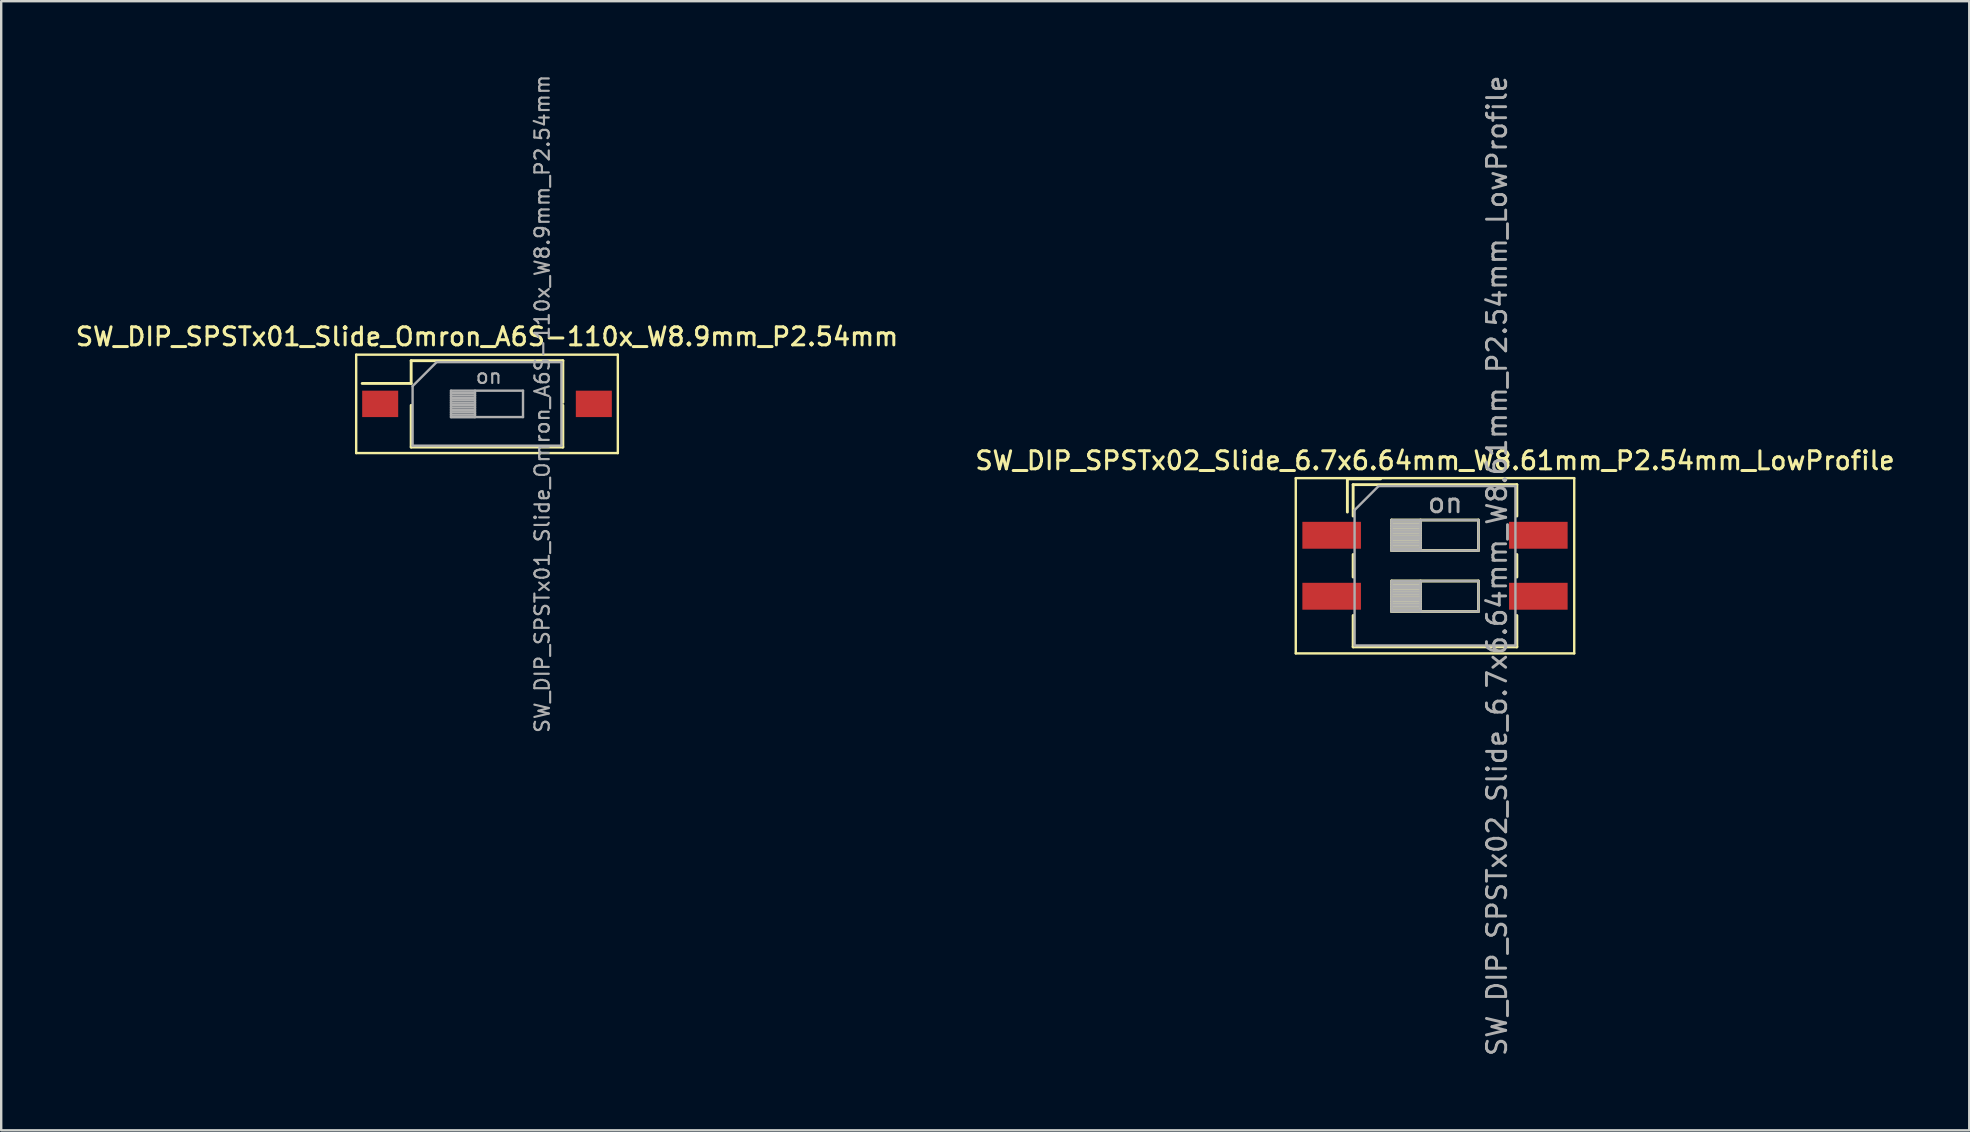
<source format=kicad_pcb>
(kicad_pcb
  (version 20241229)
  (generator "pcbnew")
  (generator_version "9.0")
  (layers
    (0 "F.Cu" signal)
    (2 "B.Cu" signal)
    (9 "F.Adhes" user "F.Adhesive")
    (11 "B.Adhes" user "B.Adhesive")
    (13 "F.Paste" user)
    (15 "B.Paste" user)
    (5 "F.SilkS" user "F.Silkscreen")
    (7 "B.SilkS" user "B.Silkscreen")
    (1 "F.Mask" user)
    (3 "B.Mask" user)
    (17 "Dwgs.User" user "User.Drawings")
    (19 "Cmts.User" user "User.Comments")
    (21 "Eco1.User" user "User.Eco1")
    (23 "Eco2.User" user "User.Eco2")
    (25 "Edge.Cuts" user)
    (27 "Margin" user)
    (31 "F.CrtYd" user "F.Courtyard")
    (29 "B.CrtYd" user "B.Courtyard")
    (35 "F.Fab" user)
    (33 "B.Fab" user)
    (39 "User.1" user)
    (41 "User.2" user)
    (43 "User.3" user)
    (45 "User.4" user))
  (footprint "SW_DIP_SPSTx01_Slide_Omron_A6S-110x_W8.9mm_P2.54mm"
    (layer "F.Cu")
    (at 17.238 13.775)
    (property "Reference" "SW_DIP_SPSTx01_Slide_Omron_A6S-110x_W8.9mm_P2.54mm" (at 0 -2.8 0) (layer "F.SilkS") (effects (font (size 0.75 0.75) (thickness 0.125))))
    (attr smd)
    (fp_line (start -5.45 -2.05) (end -5.45 2.05) (stroke (width 0.1) (type solid)) (layer "F.SilkS"))
    (fp_line (start -5.45 2.05) (end 5.45 2.05) (stroke (width 0.1) (type solid)) (layer "F.SilkS"))
    (fp_line (start -5.2 -0.851) (end -3.16 -0.851) (stroke (width 0.12) (type solid)) (layer "F.SilkS"))
    (fp_line (start -3.16 -1.8) (end -3.16 -0.851) (stroke (width 0.12) (type solid)) (layer "F.SilkS"))
    (fp_line (start -3.16 -1.8) (end 3.16 -1.8) (stroke (width 0.12) (type solid)) (layer "F.SilkS"))
    (fp_line (start -3.16 0.061) (end -3.16 1.8) (stroke (width 0.12) (type solid)) (layer "F.SilkS"))
    (fp_line (start -3.16 1.8) (end 3.16 1.8) (stroke (width 0.12) (type solid)) (layer "F.SilkS"))
    (fp_line (start 3.16 -1.8) (end 3.16 -0.061) (stroke (width 0.12) (type solid)) (layer "F.SilkS"))
    (fp_line (start 3.16 0.061) (end 3.16 1.8) (stroke (width 0.12) (type solid)) (layer "F.SilkS"))
    (fp_line (start 5.45 -2.05) (end -5.45 -2.05) (stroke (width 0.1) (type solid)) (layer "F.SilkS"))
    (fp_line (start 5.45 2.05) (end 5.45 -2.05) (stroke (width 0.1) (type solid)) (layer "F.SilkS"))
    (fp_line (start -3.1 -0.74) (end -2.1 -1.74) (stroke (width 0.1) (type solid)) (layer "F.Fab"))
    (fp_line (start -3.1 1.74) (end -3.1 -0.74) (stroke (width 0.1) (type solid)) (layer "F.Fab"))
    (fp_line (start -2.1 -1.74) (end 3.1 -1.74) (stroke (width 0.1) (type solid)) (layer "F.Fab"))
    (fp_line (start -1.5 -0.55) (end -1.5 0.55) (stroke (width 0.1) (type solid)) (layer "F.Fab"))
    (fp_line (start -1.5 -0.45) (end -0.5 -0.45) (stroke (width 0.1) (type solid)) (layer "F.Fab"))
    (fp_line (start -1.5 -0.35) (end -0.5 -0.35) (stroke (width 0.1) (type solid)) (layer "F.Fab"))
    (fp_line (start -1.5 -0.25) (end -0.5 -0.25) (stroke (width 0.1) (type solid)) (layer "F.Fab"))
    (fp_line (start -1.5 -0.15) (end -0.5 -0.15) (stroke (width 0.1) (type solid)) (layer "F.Fab"))
    (fp_line (start -1.5 -0.05) (end -0.5 -0.05) (stroke (width 0.1) (type solid)) (layer "F.Fab"))
    (fp_line (start -1.5 0.05) (end -0.5 0.05) (stroke (width 0.1) (type solid)) (layer "F.Fab"))
    (fp_line (start -1.5 0.15) (end -0.5 0.15) (stroke (width 0.1) (type solid)) (layer "F.Fab"))
    (fp_line (start -1.5 0.25) (end -0.5 0.25) (stroke (width 0.1) (type solid)) (layer "F.Fab"))
    (fp_line (start -1.5 0.35) (end -0.5 0.35) (stroke (width 0.1) (type solid)) (layer "F.Fab"))
    (fp_line (start -1.5 0.45) (end -0.5 0.45) (stroke (width 0.1) (type solid)) (layer "F.Fab"))
    (fp_line (start -1.5 0.55) (end -0.5 0.55) (stroke (width 0.1) (type solid)) (layer "F.Fab"))
    (fp_line (start -1.5 0.55) (end 1.5 0.55) (stroke (width 0.1) (type solid)) (layer "F.Fab"))
    (fp_line (start -0.5 -0.55) (end -0.5 0.55) (stroke (width 0.1) (type solid)) (layer "F.Fab"))
    (fp_line (start 1.5 -0.55) (end -1.5 -0.55) (stroke (width 0.1) (type solid)) (layer "F.Fab"))
    (fp_line (start 1.5 0.55) (end 1.5 -0.55) (stroke (width 0.1) (type solid)) (layer "F.Fab"))
    (fp_line (start 3.1 -1.74) (end 3.1 1.74) (stroke (width 0.1) (type solid)) (layer "F.Fab"))
    (fp_line (start 3.1 1.74) (end -3.1 1.74) (stroke (width 0.1) (type solid)) (layer "F.Fab"))
    (fp_text user "${REFERENCE}" (at 2.3 0 90) (layer "F.Fab") (effects (font (size 0.6 0.6) (thickness 0.09))))
    (fp_text user "on" (at 0.075 -1.145 0) (layer "F.Fab") (effects (font (size 0.6 0.6) (thickness 0.09))))
    (pad "1" smd rect (at -4.45 0) (size 1.5 1.1) (layers "F.Cu" "F.Mask" "F.Paste"))
    (pad "2" smd rect (at 4.45 0) (size 1.5 1.1) (layers "F.Cu" "F.Mask" "F.Paste")))
  (footprint "SW_DIP_SPSTx02_Slide_6.7x6.64mm_W8.61mm_P2.54mm_LowProfile"
    (layer "F.Cu")
    (at 56.73 20.519)
    (property "Reference" "SW_DIP_SPSTx02_Slide_6.7x6.64mm_W8.61mm_P2.54mm_LowProfile" (at 0 -4.38 0) (layer "F.SilkS") (effects (font (size 0.75 0.75) (thickness 0.125))))
    (attr smd)
    (fp_line (start -5.8 -3.65) (end -5.8 3.65) (stroke (width 0.1) (type solid)) (layer "F.SilkS"))
    (fp_line (start -5.8 3.65) (end 5.8 3.65) (stroke (width 0.1) (type solid)) (layer "F.SilkS"))
    (fp_line (start -3.65 -3.62) (end -3.65 -2.237) (stroke (width 0.12) (type solid)) (layer "F.SilkS"))
    (fp_line (start -3.65 -3.62) (end -2.267 -3.62) (stroke (width 0.12) (type solid)) (layer "F.SilkS"))
    (fp_line (start -3.41 -3.38) (end -3.41 -2.07) (stroke (width 0.12) (type solid)) (layer "F.SilkS"))
    (fp_line (start -3.41 -3.38) (end 3.41 -3.38) (stroke (width 0.12) (type solid)) (layer "F.SilkS"))
    (fp_line (start -3.41 -0.47) (end -3.41 0.47) (stroke (width 0.12) (type solid)) (layer "F.SilkS"))
    (fp_line (start -3.41 2.07) (end -3.41 3.38) (stroke (width 0.12) (type solid)) (layer "F.SilkS"))
    (fp_line (start -3.41 3.38) (end 3.41 3.38) (stroke (width 0.12) (type solid)) (layer "F.SilkS"))
    (fp_line (start -1.81 -1.905) (end -1.81 -0.635) (stroke (width 0.12) (type solid)) (layer "F.SilkS"))
    (fp_line (start -1.81 -1.785) (end -0.603 -1.785) (stroke (width 0.12) (type solid)) (layer "F.SilkS"))
    (fp_line (start -1.81 -1.665) (end -0.603 -1.665) (stroke (width 0.12) (type solid)) (layer "F.SilkS"))
    (fp_line (start -1.81 -1.545) (end -0.603 -1.545) (stroke (width 0.12) (type solid)) (layer "F.SilkS"))
    (fp_line (start -1.81 -1.425) (end -0.603 -1.425) (stroke (width 0.12) (type solid)) (layer "F.SilkS"))
    (fp_line (start -1.81 -1.305) (end -0.603 -1.305) (stroke (width 0.12) (type solid)) (layer "F.SilkS"))
    (fp_line (start -1.81 -1.185) (end -0.603 -1.185) (stroke (width 0.12) (type solid)) (layer "F.SilkS"))
    (fp_line (start -1.81 -1.065) (end -0.603 -1.065) (stroke (width 0.12) (type solid)) (layer "F.SilkS"))
    (fp_line (start -1.81 -0.945) (end -0.603 -0.945) (stroke (width 0.12) (type solid)) (layer "F.SilkS"))
    (fp_line (start -1.81 -0.825) (end -0.603 -0.825) (stroke (width 0.12) (type solid)) (layer "F.SilkS"))
    (fp_line (start -1.81 -0.705) (end -0.603 -0.705) (stroke (width 0.12) (type solid)) (layer "F.SilkS"))
    (fp_line (start -1.81 -0.635) (end 1.81 -0.635) (stroke (width 0.12) (type solid)) (layer "F.SilkS"))
    (fp_line (start -1.81 0.635) (end -1.81 1.905) (stroke (width 0.12) (type solid)) (layer "F.SilkS"))
    (fp_line (start -1.81 0.755) (end -0.603 0.755) (stroke (width 0.12) (type solid)) (layer "F.SilkS"))
    (fp_line (start -1.81 0.875) (end -0.603 0.875) (stroke (width 0.12) (type solid)) (layer "F.SilkS"))
    (fp_line (start -1.81 0.995) (end -0.603 0.995) (stroke (width 0.12) (type solid)) (layer "F.SilkS"))
    (fp_line (start -1.81 1.115) (end -0.603 1.115) (stroke (width 0.12) (type solid)) (layer "F.SilkS"))
    (fp_line (start -1.81 1.235) (end -0.603 1.235) (stroke (width 0.12) (type solid)) (layer "F.SilkS"))
    (fp_line (start -1.81 1.355) (end -0.603 1.355) (stroke (width 0.12) (type solid)) (layer "F.SilkS"))
    (fp_line (start -1.81 1.475) (end -0.603 1.475) (stroke (width 0.12) (type solid)) (layer "F.SilkS"))
    (fp_line (start -1.81 1.595) (end -0.603 1.595) (stroke (width 0.12) (type solid)) (layer "F.SilkS"))
    (fp_line (start -1.81 1.715) (end -0.603 1.715) (stroke (width 0.12) (type solid)) (layer "F.SilkS"))
    (fp_line (start -1.81 1.835) (end -0.603 1.835) (stroke (width 0.12) (type solid)) (layer "F.SilkS"))
    (fp_line (start -1.81 1.905) (end 1.81 1.905) (stroke (width 0.12) (type solid)) (layer "F.SilkS"))
    (fp_line (start -0.603 -1.905) (end -0.603 -0.635) (stroke (width 0.12) (type solid)) (layer "F.SilkS"))
    (fp_line (start -0.603 0.635) (end -0.603 1.905) (stroke (width 0.12) (type solid)) (layer "F.SilkS"))
    (fp_line (start 1.81 -1.905) (end -1.81 -1.905) (stroke (width 0.12) (type solid)) (layer "F.SilkS"))
    (fp_line (start 1.81 -0.635) (end 1.81 -1.905) (stroke (width 0.12) (type solid)) (layer "F.SilkS"))
    (fp_line (start 1.81 0.635) (end -1.81 0.635) (stroke (width 0.12) (type solid)) (layer "F.SilkS"))
    (fp_line (start 1.81 1.905) (end 1.81 0.635) (stroke (width 0.12) (type solid)) (layer "F.SilkS"))
    (fp_line (start 3.41 -3.38) (end 3.41 -2.07) (stroke (width 0.12) (type solid)) (layer "F.SilkS"))
    (fp_line (start 3.41 -0.47) (end 3.41 0.47) (stroke (width 0.12) (type solid)) (layer "F.SilkS"))
    (fp_line (start 3.41 2.07) (end 3.41 3.38) (stroke (width 0.12) (type solid)) (layer "F.SilkS"))
    (fp_line (start 5.8 -3.65) (end -5.8 -3.65) (stroke (width 0.1) (type solid)) (layer "F.SilkS"))
    (fp_line (start 5.8 3.65) (end 5.8 -3.65) (stroke (width 0.1) (type solid)) (layer "F.SilkS"))
    (fp_line (start -3.35 -2.32) (end -2.35 -3.32) (stroke (width 0.1) (type solid)) (layer "F.Fab"))
    (fp_line (start -3.35 3.32) (end -3.35 -2.32) (stroke (width 0.1) (type solid)) (layer "F.Fab"))
    (fp_line (start -2.35 -3.32) (end 3.35 -3.32) (stroke (width 0.1) (type solid)) (layer "F.Fab"))
    (fp_line (start -1.81 -1.905) (end -1.81 -0.635) (stroke (width 0.1) (type solid)) (layer "F.Fab"))
    (fp_line (start -1.81 -1.805) (end -0.603 -1.805) (stroke (width 0.1) (type solid)) (layer "F.Fab"))
    (fp_line (start -1.81 -1.705) (end -0.603 -1.705) (stroke (width 0.1) (type solid)) (layer "F.Fab"))
    (fp_line (start -1.81 -1.605) (end -0.603 -1.605) (stroke (width 0.1) (type solid)) (layer "F.Fab"))
    (fp_line (start -1.81 -1.505) (end -0.603 -1.505) (stroke (width 0.1) (type solid)) (layer "F.Fab"))
    (fp_line (start -1.81 -1.405) (end -0.603 -1.405) (stroke (width 0.1) (type solid)) (layer "F.Fab"))
    (fp_line (start -1.81 -1.305) (end -0.603 -1.305) (stroke (width 0.1) (type solid)) (layer "F.Fab"))
    (fp_line (start -1.81 -1.205) (end -0.603 -1.205) (stroke (width 0.1) (type solid)) (layer "F.Fab"))
    (fp_line (start -1.81 -1.105) (end -0.603 -1.105) (stroke (width 0.1) (type solid)) (layer "F.Fab"))
    (fp_line (start -1.81 -1.005) (end -0.603 -1.005) (stroke (width 0.1) (type solid)) (layer "F.Fab"))
    (fp_line (start -1.81 -0.905) (end -0.603 -0.905) (stroke (width 0.1) (type solid)) (layer "F.Fab"))
    (fp_line (start -1.81 -0.805) (end -0.603 -0.805) (stroke (width 0.1) (type solid)) (layer "F.Fab"))
    (fp_line (start -1.81 -0.705) (end -0.603 -0.705) (stroke (width 0.1) (type solid)) (layer "F.Fab"))
    (fp_line (start -1.81 -0.635) (end 1.81 -0.635) (stroke (width 0.1) (type solid)) (layer "F.Fab"))
    (fp_line (start -1.81 0.635) (end -1.81 1.905) (stroke (width 0.1) (type solid)) (layer "F.Fab"))
    (fp_line (start -1.81 0.735) (end -0.603 0.735) (stroke (width 0.1) (type solid)) (layer "F.Fab"))
    (fp_line (start -1.81 0.835) (end -0.603 0.835) (stroke (width 0.1) (type solid)) (layer "F.Fab"))
    (fp_line (start -1.81 0.935) (end -0.603 0.935) (stroke (width 0.1) (type solid)) (layer "F.Fab"))
    (fp_line (start -1.81 1.035) (end -0.603 1.035) (stroke (width 0.1) (type solid)) (layer "F.Fab"))
    (fp_line (start -1.81 1.135) (end -0.603 1.135) (stroke (width 0.1) (type solid)) (layer "F.Fab"))
    (fp_line (start -1.81 1.235) (end -0.603 1.235) (stroke (width 0.1) (type solid)) (layer "F.Fab"))
    (fp_line (start -1.81 1.335) (end -0.603 1.335) (stroke (width 0.1) (type solid)) (layer "F.Fab"))
    (fp_line (start -1.81 1.435) (end -0.603 1.435) (stroke (width 0.1) (type solid)) (layer "F.Fab"))
    (fp_line (start -1.81 1.535) (end -0.603 1.535) (stroke (width 0.1) (type solid)) (layer "F.Fab"))
    (fp_line (start -1.81 1.635) (end -0.603 1.635) (stroke (width 0.1) (type solid)) (layer "F.Fab"))
    (fp_line (start -1.81 1.735) (end -0.603 1.735) (stroke (width 0.1) (type solid)) (layer "F.Fab"))
    (fp_line (start -1.81 1.835) (end -0.603 1.835) (stroke (width 0.1) (type solid)) (layer "F.Fab"))
    (fp_line (start -1.81 1.905) (end 1.81 1.905) (stroke (width 0.1) (type solid)) (layer "F.Fab"))
    (fp_line (start -0.603 -1.905) (end -0.603 -0.635) (stroke (width 0.1) (type solid)) (layer "F.Fab"))
    (fp_line (start -0.603 0.635) (end -0.603 1.905) (stroke (width 0.1) (type solid)) (layer "F.Fab"))
    (fp_line (start 1.81 -1.905) (end -1.81 -1.905) (stroke (width 0.1) (type solid)) (layer "F.Fab"))
    (fp_line (start 1.81 -0.635) (end 1.81 -1.905) (stroke (width 0.1) (type solid)) (layer "F.Fab"))
    (fp_line (start 1.81 0.635) (end -1.81 0.635) (stroke (width 0.1) (type solid)) (layer "F.Fab"))
    (fp_line (start 1.81 1.905) (end 1.81 0.635) (stroke (width 0.1) (type solid)) (layer "F.Fab"))
    (fp_line (start 3.35 -3.32) (end 3.35 3.32) (stroke (width 0.1) (type solid)) (layer "F.Fab"))
    (fp_line (start 3.35 3.32) (end -3.35 3.32) (stroke (width 0.1) (type solid)) (layer "F.Fab"))
    (fp_text user "on" (at 0.427 -2.612 0) (layer "F.Fab") (effects (font (size 0.8 0.8) (thickness 0.12))))
    (fp_text user "${REFERENCE}" (at 2.58 0 90) (layer "F.Fab") (effects (font (size 0.8 0.8) (thickness 0.12))))
    (pad "1" smd rect (at -4.305 -1.27) (size 2.44 1.12) (layers "F.Cu" "F.Mask" "F.Paste"))
    (pad "2" smd rect (at -4.305 1.27) (size 2.44 1.12) (layers "F.Cu" "F.Mask" "F.Paste"))
    (pad "3" smd rect (at 4.305 1.27) (size 2.44 1.12) (layers "F.Cu" "F.Mask" "F.Paste"))
    (pad "4" smd rect (at 4.305 -1.27) (size 2.44 1.12) (layers "F.Cu" "F.Mask" "F.Paste")))
  (gr_rect
    (start -3 -3)
    (end 78.986 44.038)
    (stroke (width 0.1) (type default))
    (fill no)
    (layer "Edge.Cuts")))
</source>
